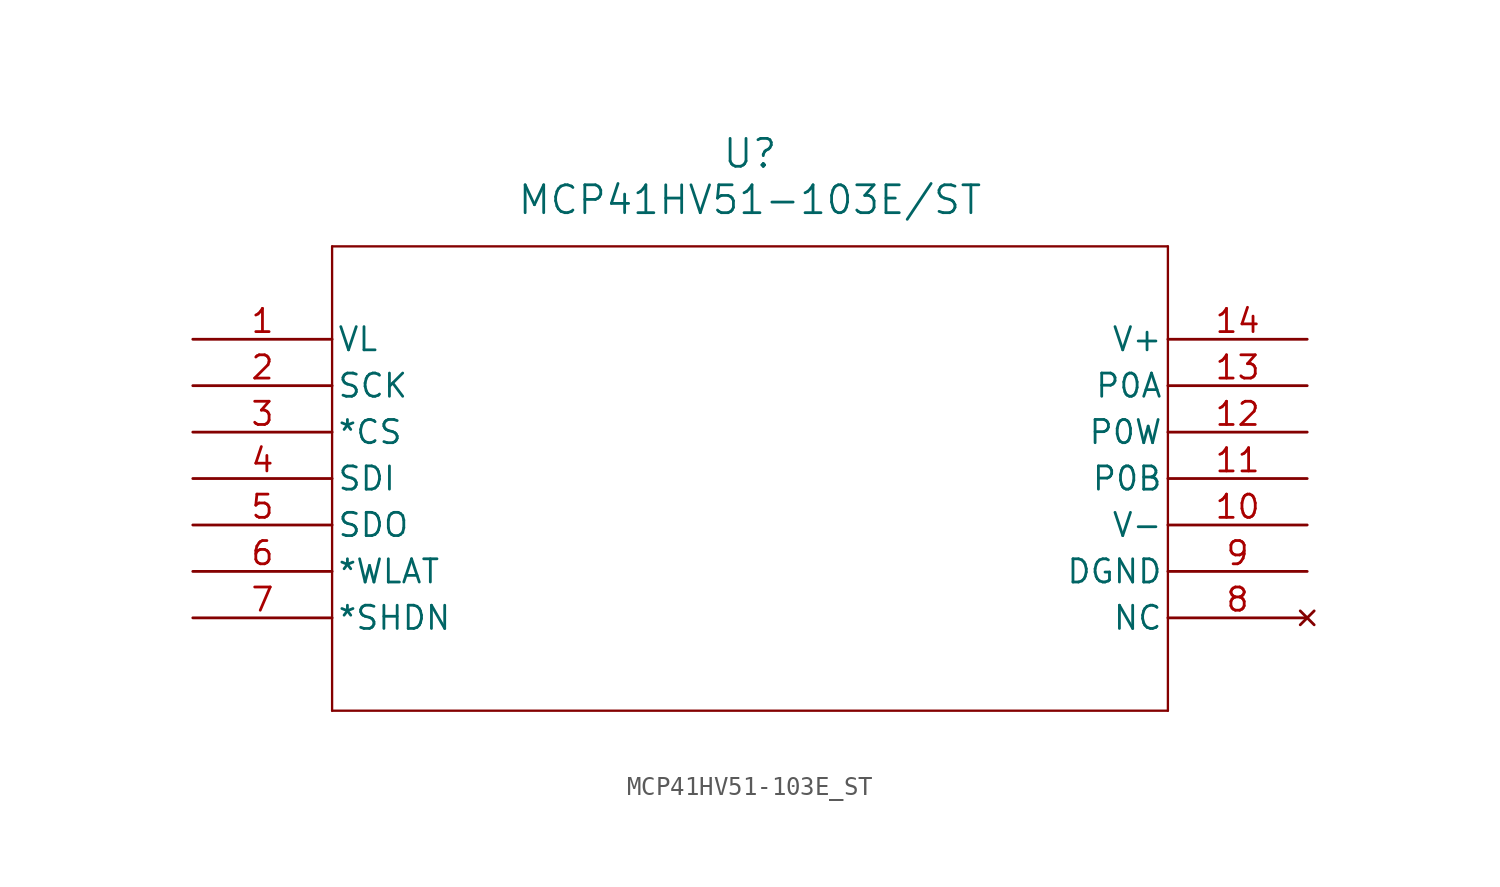
<source format=kicad_sym>
(kicad_symbol_lib
  (version 20211014)
  (generator kicad_symbol_editor)
  (symbol "MCP41HV51-103E_ST"
    (pin_names
      (offset 0.254))
    (property "Reference" "U"
      (at 30.48 10.16 0)
      (effects (font (size 1.524 1.524))))
    (property "Value" "MCP41HV51-103E/ST"
      (at 30.48 7.62 0)
      (effects (font (size 1.524 1.524))))
    (symbol "MCP41HV51-103E_ST_0_1"
      (polyline (pts (xy 7.62 5.08) (xy 7.62 -20.32)) (stroke (width 0.127) (type default) (color 0 0 0 0)) (fill (type none)))
      (polyline (pts (xy 7.62 -20.32) (xy 53.34 -20.32)) (stroke (width 0.127) (type default) (color 0 0 0 0)) (fill (type none)))
      (polyline (pts (xy 53.34 -20.32) (xy 53.34 5.08)) (stroke (width 0.127) (type default) (color 0 0 0 0)) (fill (type none)))
      (polyline (pts (xy 53.34 5.08) (xy 7.62 5.08)) (stroke (width 0.127) (type default) (color 0 0 0 0)) (fill (type none)))
      (pin power_in line (at 0 0 0) (length 7.62) (name "VL" (effects (font (size 1.27 1.27)))) (number "1" (effects (font (size 1.27 1.27)))))
      (pin input line (at 0 -2.54 0) (length 7.62) (name "SCK" (effects (font (size 1.27 1.27)))) (number "2" (effects (font (size 1.27 1.27)))))
      (pin input line (at 0 -5.08 0) (length 7.62) (name "*CS" (effects (font (size 1.27 1.27)))) (number "3" (effects (font (size 1.27 1.27)))))
      (pin input line (at 0 -7.62 0) (length 7.62) (name "SDI" (effects (font (size 1.27 1.27)))) (number "4" (effects (font (size 1.27 1.27)))))
      (pin output line (at 0 -10.16 0) (length 7.62) (name "SDO" (effects (font (size 1.27 1.27)))) (number "5" (effects (font (size 1.27 1.27)))))
      (pin input line (at 0 -12.7 0) (length 7.62) (name "*WLAT" (effects (font (size 1.27 1.27)))) (number "6" (effects (font (size 1.27 1.27)))))
      (pin input line (at 0 -15.24 0) (length 7.62) (name "*SHDN" (effects (font (size 1.27 1.27)))) (number "7" (effects (font (size 1.27 1.27)))))
      (pin no_connect line (at 60.96 -15.24 180) (length 7.62) (name "NC" (effects (font (size 1.27 1.27)))) (number "8" (effects (font (size 1.27 1.27)))))
      (pin power_in line (at 60.96 -12.7 180) (length 7.62) (name "DGND" (effects (font (size 1.27 1.27)))) (number "9" (effects (font (size 1.27 1.27)))))
      (pin power_in line (at 60.96 -10.16 180) (length 7.62) (name "V-" (effects (font (size 1.27 1.27)))) (number "10" (effects (font (size 1.27 1.27)))))
      (pin bidirectional line (at 60.96 -7.62 180) (length 7.62) (name "P0B" (effects (font (size 1.27 1.27)))) (number "11" (effects (font (size 1.27 1.27)))))
      (pin bidirectional line (at 60.96 -5.08 180) (length 7.62) (name "P0W" (effects (font (size 1.27 1.27)))) (number "12" (effects (font (size 1.27 1.27)))))
      (pin bidirectional line (at 60.96 -2.54 180) (length 7.62) (name "P0A" (effects (font (size 1.27 1.27)))) (number "13" (effects (font (size 1.27 1.27)))))
      (pin power_in line (at 60.96 0 180) (length 7.62) (name "V+" (effects (font (size 1.27 1.27)))) (number "14" (effects (font (size 1.27 1.27))))))))
</source>
